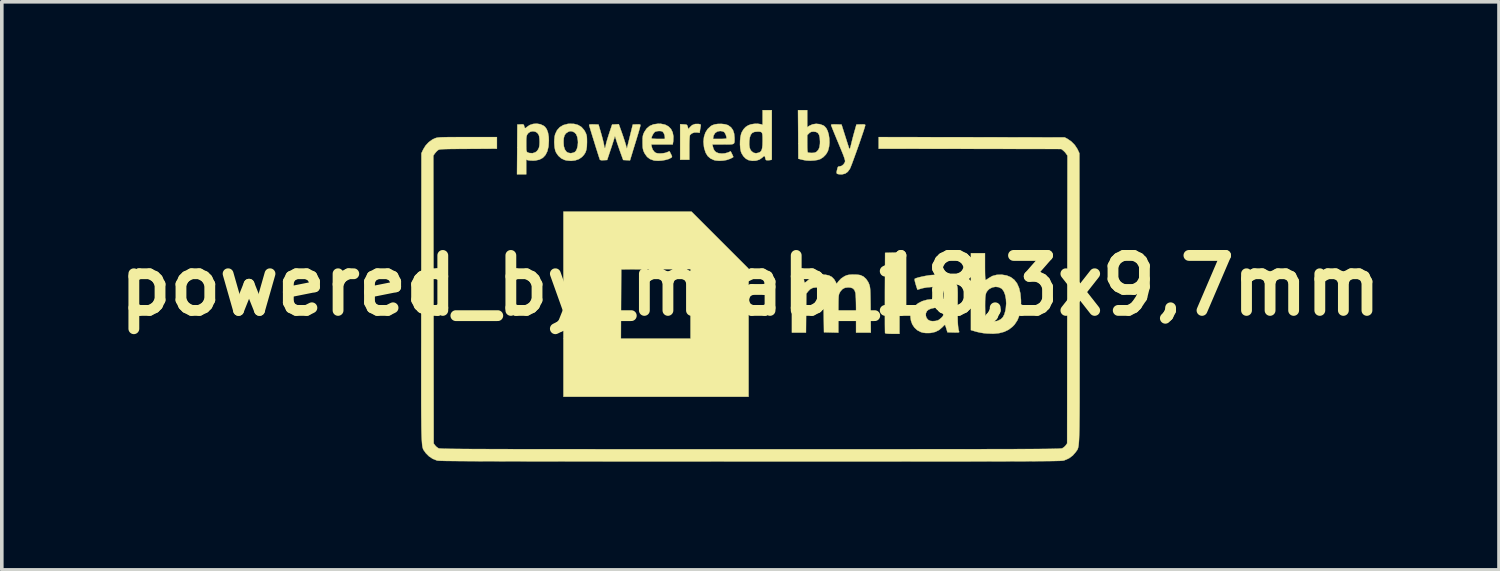
<source format=kicad_pcb>
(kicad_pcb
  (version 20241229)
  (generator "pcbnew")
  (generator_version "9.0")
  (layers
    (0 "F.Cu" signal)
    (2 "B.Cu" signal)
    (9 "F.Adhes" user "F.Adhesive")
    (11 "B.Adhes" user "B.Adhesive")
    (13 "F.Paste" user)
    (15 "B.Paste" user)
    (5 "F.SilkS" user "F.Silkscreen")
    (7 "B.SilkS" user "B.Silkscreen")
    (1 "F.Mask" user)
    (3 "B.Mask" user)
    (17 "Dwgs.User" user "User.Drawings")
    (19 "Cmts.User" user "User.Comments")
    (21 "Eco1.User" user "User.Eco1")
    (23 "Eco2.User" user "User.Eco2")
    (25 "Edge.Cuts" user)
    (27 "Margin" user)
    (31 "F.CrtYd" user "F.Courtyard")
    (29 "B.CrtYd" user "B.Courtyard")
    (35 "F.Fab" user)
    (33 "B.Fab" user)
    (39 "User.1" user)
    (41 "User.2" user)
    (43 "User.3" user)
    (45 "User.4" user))
  (footprint "powered_by_mlab_18,3x9,7mm"
    (layer "F.Cu")
    (at 17.751 4.865)
    (property "Reference" "powered_by_mlab_18,3x9,7mm" (at 0 0 0) (layer "F.SilkS") (effects (font (size 1.524 1.524) (thickness 0.3))))
    (attr through_hole)
    (fp_poly (pts (xy -0.842 -1.257) (xy -0.051 -0.466) (xy -0.051 3.082) (xy -5.182 3.082) (xy -5.182 1.473) (xy -3.59 1.473) (xy -1.659 1.473) (xy -1.659 -0.457) (xy -2.62 -0.453) (xy -3.581 -0.449) (xy -3.586 0.512) (xy -3.59 1.473) (xy -5.182 1.473) (xy -5.182 -2.049) (xy -1.634 -2.049) (xy -0.842 -1.257)) (stroke (width 0.01) (type solid)) (fill yes) (layer "F.SilkS"))
    (fp_poly (pts (xy 4.132 1.338) (xy 3.936 1.338) (xy 3.843 1.336) (xy 3.781 1.332) (xy 3.745 1.325) (xy 3.733 1.317) (xy 3.732 1.296) (xy 3.731 1.245) (xy 3.73 1.166) (xy 3.729 1.061) (xy 3.729 0.935) (xy 3.728 0.788) (xy 3.728 0.626) (xy 3.729 0.449) (xy 3.729 0.262) (xy 3.729 0.195) (xy 3.734 -0.906) (xy 3.933 -0.911) (xy 4.132 -0.915) (xy 4.132 1.338)) (stroke (width 0.01) (type solid)) (fill yes) (layer "F.SilkS"))
    (fp_poly (pts (xy -1.444 -4.479) (xy -1.398 -4.471) (xy -1.378 -4.459) (xy -1.376 -4.436) (xy -1.378 -4.423) (xy -1.386 -4.376) (xy -1.396 -4.318) (xy -1.397 -4.306) (xy -1.408 -4.234) (xy -1.48 -4.244) (xy -1.554 -4.242) (xy -1.62 -4.219) (xy -1.668 -4.179) (xy -1.676 -4.167) (xy -1.682 -4.138) (xy -1.687 -4.081) (xy -1.691 -4) (xy -1.693 -3.899) (xy -1.693 -3.811) (xy -1.693 -3.488) (xy -1.947 -3.488) (xy -1.947 -4.472) (xy -1.851 -4.467) (xy -1.797 -4.463) (xy -1.766 -4.455) (xy -1.75 -4.436) (xy -1.738 -4.401) (xy -1.737 -4.397) (xy -1.719 -4.332) (xy -1.679 -4.386) (xy -1.615 -4.446) (xy -1.535 -4.477) (xy -1.444 -4.479) (xy -1.444 -4.479)) (stroke (width 0.01) (type solid)) (fill yes) (layer "F.SilkS"))
    (fp_poly (pts (xy 1.575 -4.387) (xy 1.635 -4.428) (xy 1.723 -4.468) (xy 1.822 -4.483) (xy 1.924 -4.473) (xy 2.018 -4.439) (xy 2.05 -4.419) (xy 2.101 -4.364) (xy 2.142 -4.283) (xy 2.171 -4.184) (xy 2.187 -4.074) (xy 2.191 -3.959) (xy 2.18 -3.846) (xy 2.153 -3.743) (xy 2.144 -3.719) (xy 2.094 -3.635) (xy 2.021 -3.56) (xy 1.938 -3.506) (xy 1.863 -3.482) (xy 1.768 -3.467) (xy 1.664 -3.461) (xy 1.563 -3.465) (xy 1.516 -3.472) (xy 1.454 -3.484) (xy 1.398 -3.497) (xy 1.38 -3.502) (xy 1.329 -3.516) (xy 1.325 -4.168) (xy 1.575 -4.168) (xy 1.575 -3.931) (xy 1.576 -3.829) (xy 1.579 -3.756) (xy 1.584 -3.711) (xy 1.592 -3.689) (xy 1.596 -3.686) (xy 1.624 -3.681) (xy 1.673 -3.677) (xy 1.704 -3.676) (xy 1.771 -3.68) (xy 1.82 -3.699) (xy 1.837 -3.711) (xy 1.884 -3.762) (xy 1.914 -3.831) (xy 1.928 -3.923) (xy 1.93 -3.986) (xy 1.924 -4.095) (xy 1.905 -4.175) (xy 1.871 -4.228) (xy 1.82 -4.258) (xy 1.751 -4.267) (xy 1.694 -4.262) (xy 1.653 -4.243) (xy 1.624 -4.218) (xy 1.575 -4.168) (xy 1.325 -4.168) (xy 1.325 -4.188) (xy 1.32 -4.86) (xy 1.575 -4.86) (xy 1.575 -4.387)) (stroke (width 0.01) (type solid)) (fill yes) (layer "F.SilkS"))
    (fp_poly (pts (xy -4.891 -4.481) (xy -4.776 -4.45) (xy -4.682 -4.393) (xy -4.608 -4.308) (xy -4.578 -4.256) (xy -4.556 -4.209) (xy -4.542 -4.167) (xy -4.534 -4.122) (xy -4.531 -4.063) (xy -4.53 -3.982) (xy -4.53 -3.971) (xy -4.534 -3.854) (xy -4.548 -3.762) (xy -4.573 -3.688) (xy -4.614 -3.624) (xy -4.666 -3.567) (xy -4.75 -3.507) (xy -4.855 -3.47) (xy -4.971 -3.456) (xy -5.093 -3.467) (xy -5.153 -3.482) (xy -5.244 -3.526) (xy -5.323 -3.596) (xy -5.384 -3.683) (xy -5.41 -3.745) (xy -5.427 -3.83) (xy -5.435 -3.931) (xy -5.435 -3.984) (xy -5.181 -3.984) (xy -5.181 -3.979) (xy -5.172 -3.861) (xy -5.144 -3.771) (xy -5.099 -3.708) (xy -5.059 -3.683) (xy -4.983 -3.667) (xy -4.905 -3.682) (xy -4.865 -3.702) (xy -4.831 -3.74) (xy -4.804 -3.803) (xy -4.786 -3.881) (xy -4.779 -3.966) (xy -4.782 -4.019) (xy -4.799 -4.12) (xy -4.829 -4.193) (xy -4.873 -4.241) (xy -4.921 -4.266) (xy -4.968 -4.279) (xy -5.005 -4.278) (xy -5.048 -4.261) (xy -5.056 -4.257) (xy -5.114 -4.218) (xy -5.153 -4.162) (xy -5.174 -4.086) (xy -5.181 -3.984) (xy -5.435 -3.984) (xy -5.435 -4.037) (xy -5.426 -4.133) (xy -5.411 -4.197) (xy -5.359 -4.305) (xy -5.284 -4.389) (xy -5.187 -4.447) (xy -5.069 -4.479) (xy -5.025 -4.484) (xy -4.891 -4.481)) (stroke (width 0.01) (type solid)) (fill yes) (layer "F.SilkS"))
    (fp_poly (pts (xy -5.823 -4.471) (xy -5.734 -4.43) (xy -5.694 -4.399) (xy -5.646 -4.333) (xy -5.611 -4.238) (xy -5.591 -4.12) (xy -5.587 -4.015) (xy -5.597 -3.857) (xy -5.628 -3.725) (xy -5.68 -3.62) (xy -5.753 -3.542) (xy -5.847 -3.491) (xy -5.961 -3.466) (xy -6.02 -3.463) (xy -6.086 -3.465) (xy -6.142 -3.47) (xy -6.176 -3.477) (xy -6.215 -3.491) (xy -6.215 -3.082) (xy -6.469 -3.082) (xy -6.464 -3.772) (xy -6.464 -3.925) (xy -6.214 -3.925) (xy -6.214 -3.833) (xy -6.212 -3.769) (xy -6.205 -3.727) (xy -6.192 -3.702) (xy -6.17 -3.687) (xy -6.138 -3.677) (xy -6.123 -3.673) (xy -6.037 -3.668) (xy -5.96 -3.694) (xy -5.922 -3.722) (xy -5.885 -3.769) (xy -5.86 -3.824) (xy -5.859 -3.826) (xy -5.847 -3.894) (xy -5.843 -3.977) (xy -5.846 -4.062) (xy -5.855 -4.135) (xy -5.867 -4.175) (xy -5.906 -4.232) (xy -5.964 -4.266) (xy -6.029 -4.277) (xy -6.096 -4.265) (xy -6.153 -4.229) (xy -6.181 -4.194) (xy -6.196 -4.166) (xy -6.205 -4.133) (xy -6.211 -4.087) (xy -6.214 -4.022) (xy -6.214 -3.93) (xy -6.214 -3.925) (xy -6.464 -3.925) (xy -6.46 -4.462) (xy -6.372 -4.467) (xy -6.32 -4.469) (xy -6.292 -4.464) (xy -6.279 -4.447) (xy -6.272 -4.425) (xy -6.259 -4.378) (xy -6.244 -4.362) (xy -6.22 -4.373) (xy -6.2 -4.392) (xy -6.12 -4.447) (xy -6.024 -4.479) (xy -5.923 -4.487) (xy -5.823 -4.471)) (stroke (width 0.01) (type solid)) (fill yes) (layer "F.SilkS"))
    (fp_poly (pts (xy 6.502 -0.525) (xy 6.503 -0.385) (xy 6.505 -0.278) (xy 6.509 -0.204) (xy 6.515 -0.162) (xy 6.52 -0.152) (xy 6.543 -0.162) (xy 6.581 -0.187) (xy 6.601 -0.202) (xy 6.705 -0.263) (xy 6.827 -0.296) (xy 6.965 -0.301) (xy 7.102 -0.279) (xy 7.219 -0.231) (xy 7.315 -0.158) (xy 7.391 -0.059) (xy 7.447 0.067) (xy 7.483 0.22) (xy 7.5 0.401) (xy 7.501 0.474) (xy 7.49 0.66) (xy 7.457 0.822) (xy 7.402 0.961) (xy 7.323 1.08) (xy 7.266 1.14) (xy 7.158 1.223) (xy 7.036 1.282) (xy 6.896 1.319) (xy 6.735 1.335) (xy 6.552 1.328) (xy 6.46 1.319) (xy 6.376 1.305) (xy 6.285 1.285) (xy 6.227 1.269) (xy 6.113 1.235) (xy 6.113 0.562) (xy 6.505 0.562) (xy 6.506 0.627) (xy 6.511 0.957) (xy 6.587 0.977) (xy 6.711 0.996) (xy 6.823 0.986) (xy 6.863 0.975) (xy 6.939 0.936) (xy 6.997 0.88) (xy 7.039 0.801) (xy 7.069 0.696) (xy 7.081 0.627) (xy 7.091 0.497) (xy 7.084 0.374) (xy 7.063 0.263) (xy 7.028 0.169) (xy 6.98 0.1) (xy 6.958 0.081) (xy 6.884 0.045) (xy 6.798 0.035) (xy 6.711 0.049) (xy 6.633 0.088) (xy 6.613 0.103) (xy 6.578 0.138) (xy 6.55 0.175) (xy 6.53 0.218) (xy 6.517 0.274) (xy 6.509 0.347) (xy 6.506 0.441) (xy 6.505 0.562) (xy 6.113 0.562) (xy 6.113 -0.897) (xy 6.502 -0.897) (xy 6.502 -0.525)) (stroke (width 0.01) (type solid)) (fill yes) (layer "F.SilkS"))
    (fp_poly (pts (xy -0.706 -4.47) (xy -0.629 -4.448) (xy -0.615 -4.441) (xy -0.538 -4.385) (xy -0.484 -4.31) (xy -0.452 -4.214) (xy -0.44 -4.093) (xy -0.44 -4.08) (xy -0.44 -4.021) (xy -0.442 -3.978) (xy -0.451 -3.948) (xy -0.471 -3.928) (xy -0.507 -3.917) (xy -0.564 -3.913) (xy -0.645 -3.911) (xy -0.755 -3.912) (xy -1.054 -3.912) (xy -1.045 -3.865) (xy -1.021 -3.783) (xy -0.987 -3.727) (xy -0.944 -3.692) (xy -0.878 -3.667) (xy -0.795 -3.658) (xy -0.707 -3.664) (xy -0.626 -3.686) (xy -0.616 -3.69) (xy -0.547 -3.721) (xy -0.51 -3.647) (xy -0.489 -3.602) (xy -0.476 -3.57) (xy -0.474 -3.563) (xy -0.488 -3.552) (xy -0.525 -3.532) (xy -0.569 -3.511) (xy -0.657 -3.481) (xy -0.761 -3.463) (xy -0.868 -3.458) (xy -0.965 -3.467) (xy -1.01 -3.478) (xy -1.107 -3.523) (xy -1.183 -3.589) (xy -1.239 -3.68) (xy -1.277 -3.797) (xy -1.287 -3.844) (xy -1.3 -3.987) (xy -1.292 -4.064) (xy -1.037 -4.064) (xy -0.849 -4.064) (xy -0.761 -4.065) (xy -0.703 -4.069) (xy -0.67 -4.075) (xy -0.66 -4.085) (xy -0.66 -4.085) (xy -0.669 -4.14) (xy -0.69 -4.197) (xy -0.717 -4.243) (xy -0.733 -4.258) (xy -0.773 -4.275) (xy -0.828 -4.284) (xy -0.842 -4.284) (xy -0.918 -4.269) (xy -0.979 -4.227) (xy -1.018 -4.163) (xy -1.027 -4.128) (xy -1.037 -4.064) (xy -1.292 -4.064) (xy -1.286 -4.12) (xy -1.247 -4.239) (xy -1.184 -4.339) (xy -1.098 -4.418) (xy -1.058 -4.442) (xy -0.988 -4.467) (xy -0.898 -4.48) (xy -0.8 -4.481) (xy -0.706 -4.47)) (stroke (width 0.01) (type solid)) (fill yes) (layer "F.SilkS"))
    (fp_poly (pts (xy 0.593 -4.183) (xy 0.593 -4.034) (xy 0.593 -3.896) (xy 0.593 -3.773) (xy 0.593 -3.667) (xy 0.593 -3.584) (xy 0.593 -3.525) (xy 0.593 -3.495) (xy 0.593 -3.493) (xy 0.578 -3.484) (xy 0.539 -3.477) (xy 0.51 -3.475) (xy 0.46 -3.473) (xy 0.434 -3.479) (xy 0.421 -3.498) (xy 0.414 -3.526) (xy 0.402 -3.574) (xy 0.388 -3.592) (xy 0.365 -3.581) (xy 0.33 -3.548) (xy 0.251 -3.492) (xy 0.155 -3.462) (xy 0.049 -3.457) (xy -0.05 -3.476) (xy -0.125 -3.516) (xy -0.192 -3.582) (xy -0.244 -3.665) (xy -0.264 -3.718) (xy -0.28 -3.804) (xy -0.288 -3.905) (xy -0.033 -3.905) (xy -0.022 -3.824) (xy 0.002 -3.761) (xy 0.027 -3.727) (xy 0.085 -3.681) (xy 0.155 -3.666) (xy 0.233 -3.683) (xy 0.258 -3.694) (xy 0.29 -3.718) (xy 0.312 -3.756) (xy 0.327 -3.813) (xy 0.336 -3.893) (xy 0.339 -4.001) (xy 0.339 -4.02) (xy 0.338 -4.116) (xy 0.334 -4.183) (xy 0.323 -4.227) (xy 0.304 -4.252) (xy 0.271 -4.264) (xy 0.224 -4.267) (xy 0.195 -4.267) (xy 0.112 -4.259) (xy 0.052 -4.232) (xy 0.01 -4.182) (xy -0.017 -4.106) (xy -0.03 -4.01) (xy -0.033 -3.905) (xy -0.288 -3.905) (xy -0.288 -3.906) (xy -0.286 -4.013) (xy -0.276 -4.114) (xy -0.257 -4.201) (xy -0.239 -4.25) (xy -0.188 -4.334) (xy -0.132 -4.394) (xy -0.062 -4.439) (xy -0.06 -4.44) (xy 0.014 -4.467) (xy 0.105 -4.482) (xy 0.198 -4.485) (xy 0.275 -4.474) (xy 0.339 -4.456) (xy 0.339 -4.86) (xy 0.593 -4.86) (xy 0.593 -4.183)) (stroke (width 0.01) (type solid)) (fill yes) (layer "F.SilkS"))
    (fp_poly (pts (xy 3.164 -4.465) (xy 3.181 -4.456) (xy 3.183 -4.447) (xy 3.178 -4.42) (xy 3.162 -4.367) (xy 3.138 -4.29) (xy 3.106 -4.196) (xy 3.069 -4.087) (xy 3.029 -3.97) (xy 2.986 -3.847) (xy 2.942 -3.724) (xy 2.899 -3.605) (xy 2.859 -3.495) (xy 2.823 -3.397) (xy 2.792 -3.317) (xy 2.769 -3.26) (xy 2.754 -3.229) (xy 2.696 -3.151) (xy 2.629 -3.104) (xy 2.546 -3.083) (xy 2.515 -3.082) (xy 2.46 -3.085) (xy 2.418 -3.093) (xy 2.406 -3.098) (xy 2.393 -3.112) (xy 2.39 -3.137) (xy 2.397 -3.182) (xy 2.403 -3.207) (xy 2.416 -3.261) (xy 2.429 -3.289) (xy 2.448 -3.3) (xy 2.473 -3.302) (xy 2.529 -3.317) (xy 2.58 -3.357) (xy 2.616 -3.412) (xy 2.622 -3.429) (xy 2.625 -3.448) (xy 2.622 -3.473) (xy 2.613 -3.508) (xy 2.597 -3.557) (xy 2.573 -3.623) (xy 2.538 -3.71) (xy 2.492 -3.821) (xy 2.437 -3.954) (xy 2.387 -4.073) (xy 2.342 -4.183) (xy 2.302 -4.279) (xy 2.271 -4.358) (xy 2.249 -4.414) (xy 2.237 -4.446) (xy 2.236 -4.45) (xy 2.244 -4.461) (xy 2.273 -4.467) (xy 2.328 -4.468) (xy 2.38 -4.467) (xy 2.526 -4.462) (xy 2.628 -4.14) (xy 2.66 -4.04) (xy 2.689 -3.948) (xy 2.714 -3.872) (xy 2.732 -3.817) (xy 2.742 -3.787) (xy 2.742 -3.785) (xy 2.751 -3.78) (xy 2.762 -3.803) (xy 2.778 -3.856) (xy 2.792 -3.912) (xy 2.813 -3.999) (xy 2.839 -4.102) (xy 2.867 -4.207) (xy 2.884 -4.267) (xy 2.939 -4.462) (xy 3.061 -4.467) (xy 3.126 -4.468) (xy 3.164 -4.465)) (stroke (width 0.01) (type solid)) (fill yes) (layer "F.SilkS"))
    (fp_poly (pts (xy -2.481 -4.483) (xy -2.366 -4.46) (xy -2.273 -4.411) (xy -2.202 -4.339) (xy -2.155 -4.245) (xy -2.134 -4.132) (xy -2.139 -4) (xy -2.141 -3.99) (xy -2.153 -3.912) (xy -2.748 -3.912) (xy -2.737 -3.848) (xy -2.71 -3.768) (xy -2.66 -3.704) (xy -2.623 -3.678) (xy -2.576 -3.665) (xy -2.508 -3.661) (xy -2.432 -3.665) (xy -2.36 -3.677) (xy -2.304 -3.696) (xy -2.304 -3.696) (xy -2.267 -3.714) (xy -2.245 -3.721) (xy -2.243 -3.721) (xy -2.234 -3.705) (xy -2.215 -3.668) (xy -2.202 -3.642) (xy -2.18 -3.597) (xy -2.173 -3.571) (xy -2.181 -3.555) (xy -2.195 -3.544) (xy -2.261 -3.509) (xy -2.351 -3.483) (xy -2.452 -3.465) (xy -2.555 -3.458) (xy -2.648 -3.463) (xy -2.684 -3.47) (xy -2.784 -3.507) (xy -2.863 -3.567) (xy -2.926 -3.654) (xy -2.95 -3.7) (xy -2.968 -3.745) (xy -2.979 -3.789) (xy -2.986 -3.844) (xy -2.988 -3.918) (xy -2.989 -3.971) (xy -2.988 -4.056) (xy -2.987 -4.081) (xy -2.743 -4.081) (xy -2.727 -4.073) (xy -2.682 -4.068) (xy -2.614 -4.065) (xy -2.557 -4.064) (xy -2.371 -4.064) (xy -2.371 -4.116) (xy -2.38 -4.173) (xy -2.403 -4.227) (xy -2.433 -4.265) (xy -2.448 -4.274) (xy -2.501 -4.284) (xy -2.566 -4.282) (xy -2.625 -4.269) (xy -2.649 -4.258) (xy -2.679 -4.226) (xy -2.71 -4.176) (xy -2.734 -4.122) (xy -2.743 -4.081) (xy -2.987 -4.081) (xy -2.985 -4.117) (xy -2.977 -4.163) (xy -2.964 -4.204) (xy -2.943 -4.25) (xy -2.94 -4.256) (xy -2.875 -4.353) (xy -2.79 -4.424) (xy -2.684 -4.468) (xy -2.558 -4.485) (xy -2.481 -4.483)) (stroke (width 0.01) (type solid)) (fill yes) (layer "F.SilkS"))
    (fp_poly (pts (xy -3.558 -4.22) (xy -3.525 -4.125) (xy -3.495 -4.033) (xy -3.469 -3.953) (xy -3.452 -3.894) (xy -3.447 -3.876) (xy -3.435 -3.825) (xy -3.427 -3.805) (xy -3.421 -3.81) (xy -3.414 -3.835) (xy -3.406 -3.868) (xy -3.391 -3.928) (xy -3.372 -4.007) (xy -3.349 -4.099) (xy -3.331 -4.174) (xy -3.26 -4.462) (xy -3.154 -4.467) (xy -3.095 -4.468) (xy -3.062 -4.465) (xy -3.049 -4.454) (xy -3.048 -4.445) (xy -3.053 -4.42) (xy -3.066 -4.369) (xy -3.086 -4.297) (xy -3.112 -4.209) (xy -3.142 -4.111) (xy -3.142 -4.109) (xy -3.176 -3.998) (xy -3.211 -3.885) (xy -3.244 -3.778) (xy -3.271 -3.688) (xy -3.287 -3.636) (xy -3.338 -3.47) (xy -3.526 -3.48) (xy -3.609 -3.708) (xy -3.642 -3.802) (xy -3.674 -3.895) (xy -3.702 -3.977) (xy -3.721 -4.039) (xy -3.724 -4.047) (xy -3.741 -4.104) (xy -3.751 -4.131) (xy -3.759 -4.134) (xy -3.765 -4.114) (xy -3.767 -4.106) (xy -3.776 -4.074) (xy -3.794 -4.016) (xy -3.819 -3.938) (xy -3.848 -3.848) (xy -3.875 -3.768) (xy -3.971 -3.48) (xy -4.068 -3.475) (xy -4.131 -3.474) (xy -4.165 -3.482) (xy -4.173 -3.492) (xy -4.192 -3.548) (xy -4.217 -3.625) (xy -4.246 -3.717) (xy -4.279 -3.82) (xy -4.313 -3.93) (xy -4.347 -4.04) (xy -4.38 -4.146) (xy -4.41 -4.244) (xy -4.436 -4.328) (xy -4.455 -4.394) (xy -4.467 -4.436) (xy -4.47 -4.449) (xy -4.462 -4.461) (xy -4.434 -4.467) (xy -4.381 -4.468) (xy -4.34 -4.467) (xy -4.21 -4.462) (xy -4.138 -4.216) (xy -4.112 -4.122) (xy -4.088 -4.03) (xy -4.069 -3.951) (xy -4.057 -3.892) (xy -4.055 -3.879) (xy -4.046 -3.827) (xy -4.035 -3.809) (xy -4.024 -3.825) (xy -4.011 -3.875) (xy -4.005 -3.909) (xy -3.995 -3.951) (xy -3.977 -4.018) (xy -3.952 -4.1) (xy -3.923 -4.191) (xy -3.913 -4.222) (xy -3.833 -4.462) (xy -3.74 -4.467) (xy -3.648 -4.472) (xy -3.558 -4.22)) (stroke (width 0.01) (type solid)) (fill yes) (layer "F.SilkS"))
    (fp_poly (pts (xy 2.977 -0.299) (xy 3.045 -0.289) (xy 3.054 -0.286) (xy 3.135 -0.248) (xy 3.207 -0.182) (xy 3.266 -0.095) (xy 3.289 -0.042) (xy 3.299 -0.014) (xy 3.307 0.014) (xy 3.313 0.045) (xy 3.318 0.085) (xy 3.322 0.136) (xy 3.325 0.202) (xy 3.327 0.287) (xy 3.329 0.394) (xy 3.331 0.529) (xy 3.332 0.682) (xy 3.338 1.304) (xy 2.929 1.304) (xy 2.929 0.786) (xy 2.929 0.619) (xy 2.927 0.475) (xy 2.924 0.358) (xy 2.919 0.269) (xy 2.914 0.21) (xy 2.91 0.193) (xy 2.883 0.123) (xy 2.84 0.078) (xy 2.775 0.056) (xy 2.708 0.051) (xy 2.621 0.062) (xy 2.552 0.099) (xy 2.495 0.163) (xy 2.472 0.205) (xy 2.462 0.225) (xy 2.455 0.248) (xy 2.449 0.278) (xy 2.445 0.318) (xy 2.442 0.373) (xy 2.44 0.446) (xy 2.439 0.542) (xy 2.438 0.665) (xy 2.438 0.787) (xy 2.438 1.305) (xy 2.239 1.3) (xy 2.04 1.295) (xy 2.032 0.745) (xy 2.028 0.561) (xy 2.024 0.411) (xy 2.019 0.294) (xy 2.013 0.211) (xy 2.007 0.162) (xy 2.003 0.15) (xy 1.962 0.093) (xy 1.9 0.06) (xy 1.824 0.051) (xy 1.732 0.063) (xy 1.658 0.101) (xy 1.597 0.164) (xy 1.549 0.226) (xy 1.54 1.304) (xy 1.151 1.304) (xy 1.151 -0.271) (xy 1.455 -0.271) (xy 1.472 -0.207) (xy 1.484 -0.159) (xy 1.49 -0.122) (xy 1.49 -0.117) (xy 1.495 -0.089) (xy 1.511 -0.083) (xy 1.541 -0.1) (xy 1.59 -0.14) (xy 1.605 -0.153) (xy 1.677 -0.216) (xy 1.737 -0.257) (xy 1.798 -0.282) (xy 1.87 -0.295) (xy 1.95 -0.301) (xy 2.076 -0.3) (xy 2.177 -0.279) (xy 2.257 -0.238) (xy 2.32 -0.174) (xy 2.356 -0.115) (xy 2.39 -0.047) (xy 2.439 -0.114) (xy 2.516 -0.195) (xy 2.613 -0.259) (xy 2.674 -0.285) (xy 2.73 -0.297) (xy 2.808 -0.303) (xy 2.894 -0.304) (xy 2.977 -0.299)) (stroke (width 0.01) (type solid)) (fill yes) (layer "F.SilkS"))
    (fp_poly (pts (xy 5.346 -0.288) (xy 5.473 -0.256) (xy 5.577 -0.201) (xy 5.658 -0.124) (xy 5.713 -0.034) (xy 5.723 -0.011) (xy 5.731 0.013) (xy 5.737 0.042) (xy 5.742 0.079) (xy 5.744 0.13) (xy 5.746 0.198) (xy 5.746 0.287) (xy 5.745 0.402) (xy 5.744 0.546) (xy 5.743 0.726) (xy 5.744 0.875) (xy 5.747 0.998) (xy 5.753 1.096) (xy 5.761 1.174) (xy 5.772 1.234) (xy 5.786 1.28) (xy 5.786 1.28) (xy 5.786 1.292) (xy 5.771 1.298) (xy 5.736 1.302) (xy 5.676 1.301) (xy 5.629 1.3) (xy 5.462 1.295) (xy 5.432 1.195) (xy 5.415 1.141) (xy 5.401 1.102) (xy 5.394 1.088) (xy 5.38 1.095) (xy 5.351 1.122) (xy 5.328 1.147) (xy 5.233 1.231) (xy 5.125 1.285) (xy 4.999 1.313) (xy 4.953 1.316) (xy 4.862 1.316) (xy 4.789 1.307) (xy 4.725 1.289) (xy 4.625 1.237) (xy 4.546 1.163) (xy 4.487 1.073) (xy 4.451 0.972) (xy 4.437 0.865) (xy 4.441 0.837) (xy 4.862 0.837) (xy 4.884 0.901) (xy 4.929 0.953) (xy 4.984 0.98) (xy 5.05 0.988) (xy 5.126 0.983) (xy 5.194 0.967) (xy 5.207 0.961) (xy 5.24 0.939) (xy 5.283 0.904) (xy 5.296 0.892) (xy 5.325 0.862) (xy 5.342 0.833) (xy 5.349 0.795) (xy 5.351 0.737) (xy 5.351 0.725) (xy 5.351 0.61) (xy 5.227 0.61) (xy 5.114 0.617) (xy 5.016 0.637) (xy 4.94 0.668) (xy 4.895 0.705) (xy 4.864 0.769) (xy 4.862 0.837) (xy 4.441 0.837) (xy 4.449 0.759) (xy 4.487 0.66) (xy 4.552 0.571) (xy 4.559 0.565) (xy 4.653 0.49) (xy 4.762 0.434) (xy 4.891 0.397) (xy 5.043 0.377) (xy 5.176 0.373) (xy 5.348 0.373) (xy 5.359 0.307) (xy 5.362 0.221) (xy 5.341 0.144) (xy 5.301 0.084) (xy 5.278 0.066) (xy 5.25 0.051) (xy 5.22 0.041) (xy 5.18 0.037) (xy 5.121 0.037) (xy 5.038 0.039) (xy 4.895 0.051) (xy 4.779 0.072) (xy 4.742 0.082) (xy 4.687 0.099) (xy 4.647 0.111) (xy 4.63 0.114) (xy 4.63 0.114) (xy 4.624 0.097) (xy 4.611 0.055) (xy 4.592 -0.003) (xy 4.583 -0.033) (xy 4.562 -0.108) (xy 4.553 -0.156) (xy 4.554 -0.183) (xy 4.56 -0.189) (xy 4.6 -0.206) (xy 4.665 -0.225) (xy 4.749 -0.245) (xy 4.842 -0.264) (xy 4.937 -0.28) (xy 5.017 -0.29) (xy 5.195 -0.3) (xy 5.346 -0.288)) (stroke (width 0.01) (type solid)) (fill yes) (layer "F.SilkS"))
    (fp_poly (pts (xy 6.134 -4.111) (xy 8.712 -4.106) (xy 8.787 -4.067) (xy 8.895 -3.993) (xy 8.99 -3.897) (xy 9.061 -3.789) (xy 9.07 -3.772) (xy 9.119 -3.666) (xy 9.123 0.329) (xy 9.124 0.77) (xy 9.124 1.179) (xy 9.124 1.557) (xy 9.125 1.904) (xy 9.125 2.223) (xy 9.125 2.514) (xy 9.125 2.78) (xy 9.125 3.02) (xy 9.125 3.237) (xy 9.124 3.432) (xy 9.123 3.605) (xy 9.121 3.759) (xy 9.12 3.895) (xy 9.118 4.013) (xy 9.115 4.116) (xy 9.112 4.204) (xy 9.109 4.279) (xy 9.105 4.342) (xy 9.1 4.395) (xy 9.095 4.438) (xy 9.089 4.473) (xy 9.083 4.501) (xy 9.075 4.524) (xy 9.068 4.543) (xy 9.059 4.558) (xy 9.05 4.572) (xy 9.039 4.586) (xy 9.028 4.601) (xy 9.017 4.618) (xy 9.016 4.618) (xy 8.936 4.711) (xy 8.832 4.788) (xy 8.712 4.841) (xy 8.679 4.851) (xy 8.669 4.853) (xy 8.654 4.855) (xy 8.633 4.856) (xy 8.605 4.858) (xy 8.57 4.86) (xy 8.527 4.861) (xy 8.474 4.862) (xy 8.411 4.864) (xy 8.337 4.865) (xy 8.251 4.866) (xy 8.152 4.867) (xy 8.04 4.868) (xy 7.913 4.869) (xy 7.771 4.87) (xy 7.613 4.871) (xy 7.438 4.871) (xy 7.245 4.872) (xy 7.033 4.873) (xy 6.801 4.873) (xy 6.549 4.874) (xy 6.276 4.874) (xy 5.981 4.875) (xy 5.663 4.875) (xy 5.32 4.875) (xy 4.953 4.875) (xy 4.561 4.875) (xy 4.141 4.876) (xy 3.695 4.876) (xy 3.22 4.876) (xy 2.717 4.876) (xy 2.183 4.876) (xy 1.619 4.876) (xy 1.023 4.876) (xy 0.394 4.876) (xy -0.008 4.876) (xy -0.659 4.876) (xy -1.277 4.875) (xy -1.864 4.875) (xy -2.418 4.875) (xy -2.943 4.875) (xy -3.437 4.875) (xy -3.903 4.875) (xy -4.341 4.874) (xy -4.752 4.874) (xy -5.137 4.874) (xy -5.496 4.873) (xy -5.83 4.873) (xy -6.141 4.873) (xy -6.429 4.872) (xy -6.695 4.872) (xy -6.94 4.871) (xy -7.165 4.87) (xy -7.37 4.87) (xy -7.556 4.869) (xy -7.725 4.868) (xy -7.876 4.867) (xy -8.012 4.866) (xy -8.132 4.865) (xy -8.238 4.864) (xy -8.33 4.863) (xy -8.409 4.862) (xy -8.477 4.861) (xy -8.534 4.859) (xy -8.58 4.858) (xy -8.617 4.856) (xy -8.646 4.855) (xy -8.667 4.853) (xy -8.681 4.851) (xy -8.687 4.85) (xy -8.804 4.804) (xy -8.91 4.733) (xy -8.997 4.646) (xy -9.016 4.618) (xy -9.028 4.601) (xy -9.039 4.587) (xy -9.049 4.573) (xy -9.059 4.559) (xy -9.067 4.543) (xy -9.075 4.524) (xy -9.082 4.502) (xy -9.089 4.474) (xy -9.095 4.439) (xy -9.1 4.396) (xy -9.104 4.343) (xy -9.108 4.281) (xy -9.112 4.206) (xy -9.115 4.118) (xy -9.118 4.015) (xy -9.12 3.897) (xy -9.121 3.762) (xy -9.123 3.608) (xy -9.124 3.435) (xy -9.125 3.241) (xy -9.125 3.024) (xy -9.125 2.784) (xy -9.125 2.519) (xy -9.125 2.229) (xy -9.125 1.91) (xy -9.124 1.563) (xy -9.124 1.186) (xy -9.124 0.778) (xy -9.123 0.338) (xy -9.123 0.329) (xy -9.119 -3.666) (xy -9.069 -3.773) (xy -9.004 -3.879) (xy -8.917 -3.973) (xy -8.815 -4.047) (xy -8.745 -4.08) (xy -8.723 -4.088) (xy -8.699 -4.095) (xy -8.672 -4.1) (xy -8.637 -4.104) (xy -8.593 -4.108) (xy -8.535 -4.11) (xy -8.46 -4.112) (xy -8.366 -4.114) (xy -8.249 -4.114) (xy -8.106 -4.115) (xy -7.934 -4.115) (xy -7.839 -4.115) (xy -7.027 -4.115) (xy -7.027 -3.794) (xy -7.822 -3.789) (xy -8.007 -3.788) (xy -8.161 -3.787) (xy -8.287 -3.786) (xy -8.388 -3.784) (xy -8.467 -3.782) (xy -8.528 -3.78) (xy -8.573 -3.777) (xy -8.606 -3.773) (xy -8.629 -3.768) (xy -8.645 -3.762) (xy -8.658 -3.754) (xy -8.664 -3.749) (xy -8.707 -3.71) (xy -8.747 -3.662) (xy -8.75 -3.658) (xy -8.789 -3.601) (xy -8.784 0.388) (xy -8.78 4.377) (xy -8.742 4.43) (xy -8.7 4.474) (xy -8.649 4.509) (xy -8.646 4.511) (xy -8.64 4.513) (xy -8.63 4.515) (xy -8.615 4.517) (xy -8.595 4.518) (xy -8.568 4.52) (xy -8.533 4.522) (xy -8.491 4.523) (xy -8.439 4.524) (xy -8.377 4.526) (xy -8.304 4.527) (xy -8.22 4.528) (xy -8.123 4.529) (xy -8.013 4.53) (xy -7.888 4.531) (xy -7.749 4.532) (xy -7.593 4.533) (xy -7.42 4.533) (xy -7.23 4.534) (xy -7.021 4.535) (xy -6.792 4.535) (xy -6.544 4.536) (xy -6.274 4.536) (xy -5.982 4.536) (xy -5.667 4.537) (xy -5.328 4.537) (xy -4.964 4.537) (xy -4.575 4.537) (xy -4.16 4.538) (xy -3.718 4.538) (xy -3.247 4.538) (xy -2.747 4.538) (xy -2.218 4.538) (xy -1.658 4.538) (xy -1.066 4.538) (xy -0.442 4.538) (xy 0 4.538) (xy 0.647 4.538) (xy 1.26 4.538) (xy 1.842 4.538) (xy 2.392 4.538) (xy 2.911 4.538) (xy 3.402 4.538) (xy 3.863 4.538) (xy 4.297 4.538) (xy 4.704 4.537) (xy 5.084 4.537) (xy 5.439 4.537) (xy 5.771 4.537) (xy 6.078 4.536) (xy 6.363 4.536) (xy 6.626 4.535) (xy 6.868 4.535) (xy 7.09 4.534) (xy 7.293 4.534) (xy 7.478 4.533) (xy 7.645 4.532) (xy 7.795 4.532) (xy 7.93 4.531) (xy 8.05 4.53) (xy 8.156 4.529) (xy 8.249 4.528) (xy 8.329 4.527) (xy 8.398 4.525) (xy 8.457 4.524) (xy 8.505 4.523) (xy 8.545 4.521) (xy 8.577 4.519) (xy 8.602 4.518) (xy 8.621 4.516) (xy 8.634 4.514) (xy 8.643 4.512) (xy 8.646 4.511) (xy 8.697 4.477) (xy 8.74 4.433) (xy 8.742 4.43) (xy 8.78 4.377) (xy 8.784 0.388) (xy 8.789 -3.601) (xy 8.75 -3.658) (xy 8.712 -3.705) (xy 8.668 -3.746) (xy 8.664 -3.749) (xy 8.617 -3.785) (xy 3.556 -3.793) (xy 3.556 -4.115) (xy 6.134 -4.111)) (stroke (width 0.01) (type solid)) (fill yes) (layer "F.SilkS")))
  (gr_rect
    (start -3 -3)
    (end 38.502 12.746)
    (stroke (width 0.1) (type default))
    (fill no)
    (layer "Edge.Cuts")))
</source>
